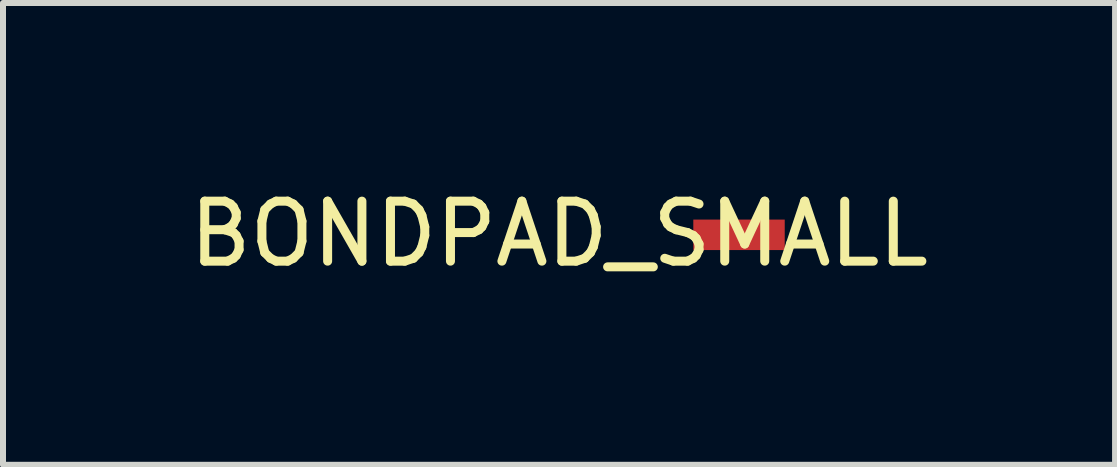
<source format=kicad_pcb>
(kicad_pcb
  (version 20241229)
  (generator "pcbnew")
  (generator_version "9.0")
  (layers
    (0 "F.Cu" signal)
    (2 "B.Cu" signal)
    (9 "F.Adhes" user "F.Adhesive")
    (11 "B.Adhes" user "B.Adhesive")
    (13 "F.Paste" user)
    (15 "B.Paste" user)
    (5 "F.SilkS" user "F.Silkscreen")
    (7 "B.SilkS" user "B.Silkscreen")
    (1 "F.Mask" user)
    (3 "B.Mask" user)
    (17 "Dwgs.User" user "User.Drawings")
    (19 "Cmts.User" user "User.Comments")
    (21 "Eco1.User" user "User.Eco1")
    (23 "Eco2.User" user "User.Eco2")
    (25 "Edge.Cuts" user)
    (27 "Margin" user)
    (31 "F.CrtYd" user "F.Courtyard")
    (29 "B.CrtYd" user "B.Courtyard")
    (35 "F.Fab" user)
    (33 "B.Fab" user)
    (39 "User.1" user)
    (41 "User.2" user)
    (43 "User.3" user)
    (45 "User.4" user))
  (footprint "BONDPAD_SMALL"
    (layer "F.Cu")
    (at 9.268 0.864)
    (property "Reference" "BONDPAD_SMALL" (at -3 -0.016 0) (layer "F.SilkS") (effects (font (size 1 1) (thickness 0.15))))
    (attr through_hole)
    (pad "1" smd rect (at 0 0) (size 1.524 0.508) (layers "F.Cu" "F.Mask" "F.Paste")))
  (gr_rect
    (start -3 -3)
    (end 15.536 4.697)
    (stroke (width 0.1) (type default))
    (fill no)
    (layer "Edge.Cuts")))
</source>
